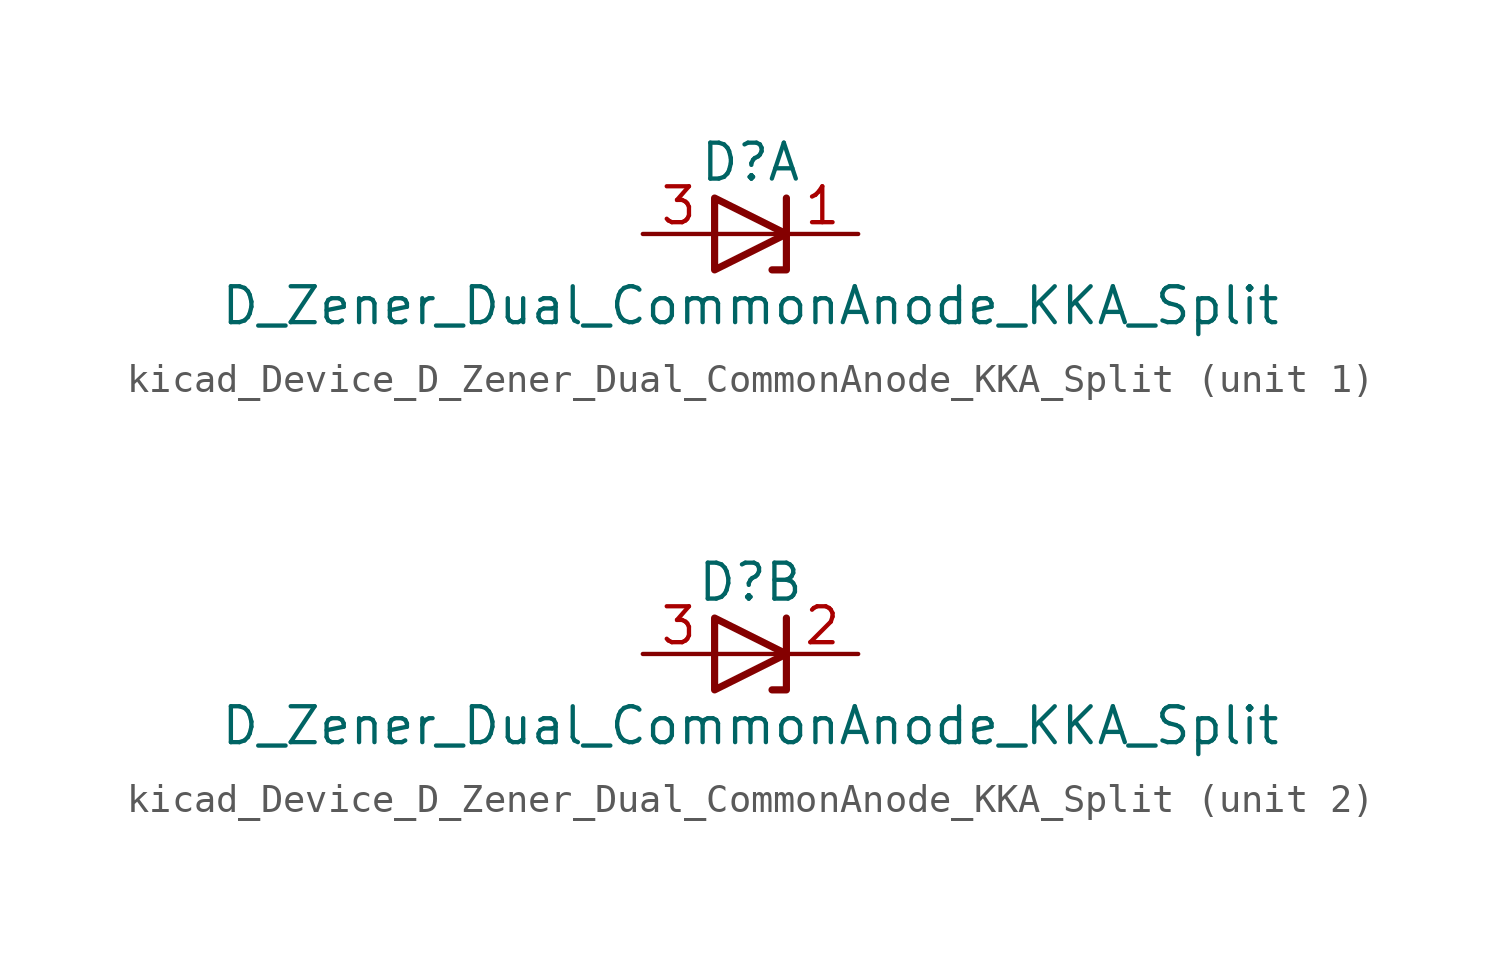
<source format=kicad_sym>
(kicad_symbol_lib
  (version 20220914)
  (generator kicad_symbol_editor)
  (symbol "kicad_Device_D_Zener_Dual_CommonAnode_KKA_Split"
    (pin_names
      (offset 0.762) hide)
    (property "Reference" "D"
      (at 0 2.54 0)
      (effects (font (size 1.27 1.27))))
    (property "Value" "D_Zener_Dual_CommonAnode_KKA_Split"
      (at 0 -2.54 0)
      (effects (font (size 1.27 1.27))))
    (property "ki_locked" ""
      (at 0 0 0)
      (effects (font (size 1.27 1.27))))
    (symbol "kicad_Device_D_Zener_Dual_CommonAnode_KKA_Split_0_0"
      (polyline (pts (xy 1.27 1.27) (xy 1.27 -1.27) (xy 0.762 -1.27)) (stroke (width 0.254) (type default)) (fill (type none))))
    (symbol "kicad_Device_D_Zener_Dual_CommonAnode_KKA_Split_0_1"
      (polyline (pts (xy 1.27 0) (xy -1.27 0)) (stroke (width 0) (type default)) (fill (type none)))
      (polyline (pts (xy -1.27 1.27) (xy 1.27 0) (xy -1.27 -1.27) (xy -1.27 1.27) (xy -1.27 1.27) (xy -1.27 1.27)) (stroke (width 0.254) (type default)) (fill (type none)))
      (pin passive line (at -3.81 0 0) (length 2.54) (name "A" (effects (font (size 1.27 1.27)))) (number "3" (effects (font (size 1.27 1.27))))))
    (symbol "kicad_Device_D_Zener_Dual_CommonAnode_KKA_Split_1_1"
      (pin passive line (at 3.81 0 180) (length 2.54) (name "K" (effects (font (size 1.27 1.27)))) (number "1" (effects (font (size 1.27 1.27))))))
    (symbol "kicad_Device_D_Zener_Dual_CommonAnode_KKA_Split_2_1"
      (pin passive line (at 3.81 0 180) (length 2.54) (name "K" (effects (font (size 1.27 1.27)))) (number "2" (effects (font (size 1.27 1.27))))))))
</source>
